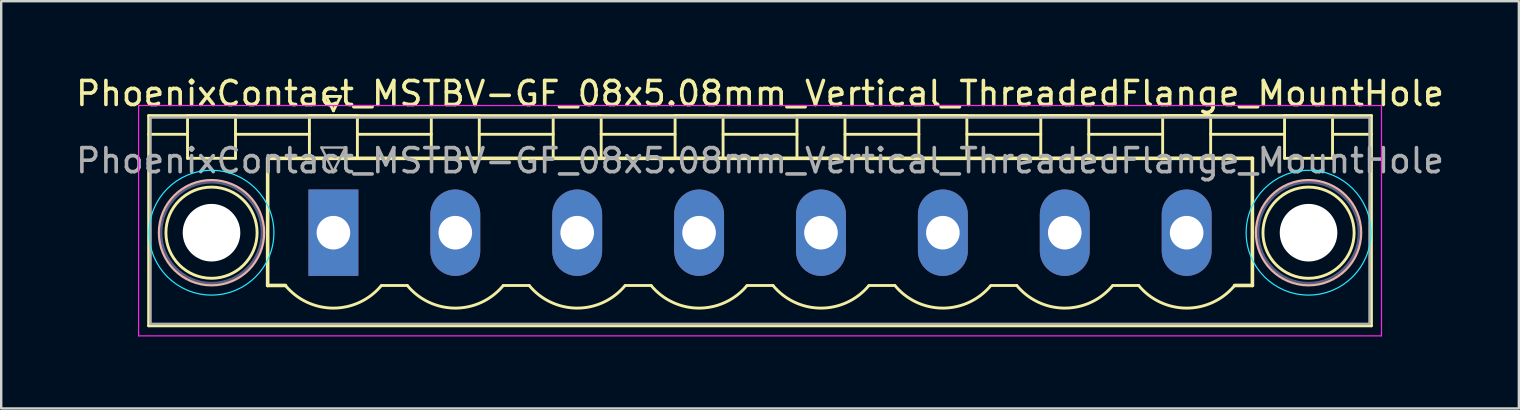
<source format=kicad_pcb>
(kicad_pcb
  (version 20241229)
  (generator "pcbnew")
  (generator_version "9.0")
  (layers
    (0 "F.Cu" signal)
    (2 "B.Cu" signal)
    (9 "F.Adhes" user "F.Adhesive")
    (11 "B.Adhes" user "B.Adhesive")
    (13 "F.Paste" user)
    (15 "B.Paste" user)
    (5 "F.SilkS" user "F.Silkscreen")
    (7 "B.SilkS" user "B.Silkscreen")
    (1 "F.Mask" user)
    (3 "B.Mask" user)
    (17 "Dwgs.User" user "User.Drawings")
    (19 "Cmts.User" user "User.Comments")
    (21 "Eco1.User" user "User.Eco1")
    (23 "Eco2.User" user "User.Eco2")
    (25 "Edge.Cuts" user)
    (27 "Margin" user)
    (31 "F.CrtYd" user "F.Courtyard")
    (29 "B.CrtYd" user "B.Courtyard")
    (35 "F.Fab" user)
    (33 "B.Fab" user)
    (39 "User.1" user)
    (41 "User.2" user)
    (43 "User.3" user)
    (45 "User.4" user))
  (footprint "PhoenixContact_MSTBV-GF_08x5.08mm_Vertical_ThreadedFlange_MountHole"
    (layer "F.Cu")
    (at 10.845 6.648)
    (property "Reference" "PhoenixContact_MSTBV-GF_08x5.08mm_Vertical_ThreadedFlange_MountHole" (at 17.78 -5.8 0) (layer "F.SilkS") (effects (font (size 1 1) (thickness 0.15))))
    (attr through_hole)
    (fp_line (start -7.7 -4.88) (end -7.7 3.88) (stroke (width 0.12) (type solid)) (layer "F.SilkS"))
    (fp_line (start -7.7 -4.1) (end -6.16 -4.1) (stroke (width 0.12) (type solid)) (layer "F.SilkS"))
    (fp_line (start -7.7 3.88) (end 43.26 3.88) (stroke (width 0.12) (type solid)) (layer "F.SilkS"))
    (fp_line (start -6.08 -4.88) (end -4.08 -4.88) (stroke (width 0.12) (type solid)) (layer "F.SilkS"))
    (fp_line (start -6.08 -3.1) (end -6.08 -4.88) (stroke (width 0.12) (type solid)) (layer "F.SilkS"))
    (fp_line (start -4.08 -4.88) (end -4.08 -3.1) (stroke (width 0.12) (type solid)) (layer "F.SilkS"))
    (fp_line (start -4.08 -4.1) (end -1 -4.1) (stroke (width 0.12) (type solid)) (layer "F.SilkS"))
    (fp_line (start -4.08 -3.1) (end -6.08 -3.1) (stroke (width 0.12) (type solid)) (layer "F.SilkS"))
    (fp_line (start -2.74 -3.1) (end 38.3 -3.1) (stroke (width 0.15) (type solid)) (layer "F.SilkS"))
    (fp_line (start -2.74 2.2) (end -2.74 -3.1) (stroke (width 0.15) (type solid)) (layer "F.SilkS"))
    (fp_line (start -2 2.2) (end -2.74 2.2) (stroke (width 0.15) (type solid)) (layer "F.SilkS"))
    (fp_line (start -1 -4.88) (end 1 -4.88) (stroke (width 0.12) (type solid)) (layer "F.SilkS"))
    (fp_line (start -1 -3.1) (end -1 -4.88) (stroke (width 0.12) (type solid)) (layer "F.SilkS"))
    (fp_line (start -0.3 -5.68) (end 0.3 -5.68) (stroke (width 0.12) (type solid)) (layer "F.SilkS"))
    (fp_line (start 0 -5.08) (end -0.3 -5.68) (stroke (width 0.12) (type solid)) (layer "F.SilkS"))
    (fp_line (start 0.3 -5.68) (end 0 -5.08) (stroke (width 0.12) (type solid)) (layer "F.SilkS"))
    (fp_line (start 1 -4.88) (end 1 -3.1) (stroke (width 0.12) (type solid)) (layer "F.SilkS"))
    (fp_line (start 1 -4.1) (end 4.08 -4.1) (stroke (width 0.12) (type solid)) (layer "F.SilkS"))
    (fp_line (start 1 -3.1) (end -1 -3.1) (stroke (width 0.12) (type solid)) (layer "F.SilkS"))
    (fp_line (start 2 2.2) (end 3.08 2.2) (stroke (width 0.12) (type solid)) (layer "F.SilkS"))
    (fp_line (start 4.08 -4.88) (end 6.08 -4.88) (stroke (width 0.12) (type solid)) (layer "F.SilkS"))
    (fp_line (start 4.08 -3.1) (end 4.08 -4.88) (stroke (width 0.12) (type solid)) (layer "F.SilkS"))
    (fp_line (start 6.08 -4.88) (end 6.08 -3.1) (stroke (width 0.12) (type solid)) (layer "F.SilkS"))
    (fp_line (start 6.08 -4.1) (end 9.16 -4.1) (stroke (width 0.12) (type solid)) (layer "F.SilkS"))
    (fp_line (start 6.08 -3.1) (end 4.08 -3.1) (stroke (width 0.12) (type solid)) (layer "F.SilkS"))
    (fp_line (start 7.08 2.2) (end 8.16 2.2) (stroke (width 0.12) (type solid)) (layer "F.SilkS"))
    (fp_line (start 9.16 -4.88) (end 11.16 -4.88) (stroke (width 0.12) (type solid)) (layer "F.SilkS"))
    (fp_line (start 9.16 -3.1) (end 9.16 -4.88) (stroke (width 0.12) (type solid)) (layer "F.SilkS"))
    (fp_line (start 11.16 -4.88) (end 11.16 -3.1) (stroke (width 0.12) (type solid)) (layer "F.SilkS"))
    (fp_line (start 11.16 -4.1) (end 14.24 -4.1) (stroke (width 0.12) (type solid)) (layer "F.SilkS"))
    (fp_line (start 11.16 -3.1) (end 9.16 -3.1) (stroke (width 0.12) (type solid)) (layer "F.SilkS"))
    (fp_line (start 12.16 2.2) (end 13.24 2.2) (stroke (width 0.12) (type solid)) (layer "F.SilkS"))
    (fp_line (start 14.24 -4.88) (end 16.24 -4.88) (stroke (width 0.12) (type solid)) (layer "F.SilkS"))
    (fp_line (start 14.24 -3.1) (end 14.24 -4.88) (stroke (width 0.12) (type solid)) (layer "F.SilkS"))
    (fp_line (start 16.24 -4.88) (end 16.24 -3.1) (stroke (width 0.12) (type solid)) (layer "F.SilkS"))
    (fp_line (start 16.24 -4.1) (end 19.32 -4.1) (stroke (width 0.12) (type solid)) (layer "F.SilkS"))
    (fp_line (start 16.24 -3.1) (end 14.24 -3.1) (stroke (width 0.12) (type solid)) (layer "F.SilkS"))
    (fp_line (start 17.24 2.2) (end 18.32 2.2) (stroke (width 0.12) (type solid)) (layer "F.SilkS"))
    (fp_line (start 19.32 -4.88) (end 21.32 -4.88) (stroke (width 0.12) (type solid)) (layer "F.SilkS"))
    (fp_line (start 19.32 -3.1) (end 19.32 -4.88) (stroke (width 0.12) (type solid)) (layer "F.SilkS"))
    (fp_line (start 21.32 -4.88) (end 21.32 -3.1) (stroke (width 0.12) (type solid)) (layer "F.SilkS"))
    (fp_line (start 21.32 -4.1) (end 24.4 -4.1) (stroke (width 0.12) (type solid)) (layer "F.SilkS"))
    (fp_line (start 21.32 -3.1) (end 19.32 -3.1) (stroke (width 0.12) (type solid)) (layer "F.SilkS"))
    (fp_line (start 22.32 2.2) (end 23.4 2.2) (stroke (width 0.12) (type solid)) (layer "F.SilkS"))
    (fp_line (start 24.4 -4.88) (end 26.4 -4.88) (stroke (width 0.12) (type solid)) (layer "F.SilkS"))
    (fp_line (start 24.4 -3.1) (end 24.4 -4.88) (stroke (width 0.12) (type solid)) (layer "F.SilkS"))
    (fp_line (start 26.4 -4.88) (end 26.4 -3.1) (stroke (width 0.12) (type solid)) (layer "F.SilkS"))
    (fp_line (start 26.4 -4.1) (end 29.48 -4.1) (stroke (width 0.12) (type solid)) (layer "F.SilkS"))
    (fp_line (start 26.4 -3.1) (end 24.4 -3.1) (stroke (width 0.12) (type solid)) (layer "F.SilkS"))
    (fp_line (start 27.4 2.2) (end 28.48 2.2) (stroke (width 0.12) (type solid)) (layer "F.SilkS"))
    (fp_line (start 29.48 -4.88) (end 31.48 -4.88) (stroke (width 0.12) (type solid)) (layer "F.SilkS"))
    (fp_line (start 29.48 -3.1) (end 29.48 -4.88) (stroke (width 0.12) (type solid)) (layer "F.SilkS"))
    (fp_line (start 31.48 -4.88) (end 31.48 -3.1) (stroke (width 0.12) (type solid)) (layer "F.SilkS"))
    (fp_line (start 31.48 -4.1) (end 34.56 -4.1) (stroke (width 0.12) (type solid)) (layer "F.SilkS"))
    (fp_line (start 31.48 -3.1) (end 29.48 -3.1) (stroke (width 0.12) (type solid)) (layer "F.SilkS"))
    (fp_line (start 32.48 2.2) (end 33.56 2.2) (stroke (width 0.12) (type solid)) (layer "F.SilkS"))
    (fp_line (start 34.56 -4.88) (end 36.56 -4.88) (stroke (width 0.12) (type solid)) (layer "F.SilkS"))
    (fp_line (start 34.56 -3.1) (end 34.56 -4.88) (stroke (width 0.12) (type solid)) (layer "F.SilkS"))
    (fp_line (start 36.56 -4.88) (end 36.56 -3.1) (stroke (width 0.12) (type solid)) (layer "F.SilkS"))
    (fp_line (start 36.56 -4.1) (end 39.64 -4.1) (stroke (width 0.12) (type solid)) (layer "F.SilkS"))
    (fp_line (start 36.56 -3.1) (end 34.56 -3.1) (stroke (width 0.12) (type solid)) (layer "F.SilkS"))
    (fp_line (start 38.3 -3.1) (end 38.3 2.2) (stroke (width 0.15) (type solid)) (layer "F.SilkS"))
    (fp_line (start 38.3 2.2) (end 37.56 2.2) (stroke (width 0.15) (type solid)) (layer "F.SilkS"))
    (fp_line (start 39.64 -4.88) (end 41.64 -4.88) (stroke (width 0.12) (type solid)) (layer "F.SilkS"))
    (fp_line (start 39.64 -3.1) (end 39.64 -4.88) (stroke (width 0.12) (type solid)) (layer "F.SilkS"))
    (fp_line (start 41.64 -4.88) (end 41.64 -3.1) (stroke (width 0.12) (type solid)) (layer "F.SilkS"))
    (fp_line (start 41.64 -3.1) (end 39.64 -3.1) (stroke (width 0.12) (type solid)) (layer "F.SilkS"))
    (fp_line (start 43.26 -4.88) (end -7.7 -4.88) (stroke (width 0.12) (type solid)) (layer "F.SilkS"))
    (fp_line (start 43.26 -4.1) (end 41.72 -4.1) (stroke (width 0.12) (type solid)) (layer "F.SilkS"))
    (fp_line (start 43.26 3.88) (end 43.26 -4.88) (stroke (width 0.12) (type solid)) (layer "F.SilkS"))
    (fp_arc (start 1.986842 2.215821) (mid -0.010289 3.142758) (end -2 2.2) (stroke (width 0.12) (type solid)) (layer "F.SilkS"))
    (fp_arc (start 7.066842 2.215821) (mid 5.069711 3.142758) (end 3.08 2.2) (stroke (width 0.12) (type solid)) (layer "F.SilkS"))
    (fp_arc (start 12.146842 2.215821) (mid 10.149711 3.142758) (end 8.16 2.2) (stroke (width 0.12) (type solid)) (layer "F.SilkS"))
    (fp_arc (start 17.226842 2.215821) (mid 15.229711 3.142758) (end 13.24 2.2) (stroke (width 0.12) (type solid)) (layer "F.SilkS"))
    (fp_arc (start 22.306842 2.215821) (mid 20.309711 3.142758) (end 18.32 2.2) (stroke (width 0.12) (type solid)) (layer "F.SilkS"))
    (fp_arc (start 27.386842 2.215821) (mid 25.389711 3.142758) (end 23.4 2.2) (stroke (width 0.12) (type solid)) (layer "F.SilkS"))
    (fp_arc (start 32.466842 2.215821) (mid 30.469711 3.142758) (end 28.48 2.2) (stroke (width 0.12) (type solid)) (layer "F.SilkS"))
    (fp_arc (start 37.546842 2.215821) (mid 35.549711 3.142758) (end 33.56 2.2) (stroke (width 0.12) (type solid)) (layer "F.SilkS"))
    (fp_circle (center -5.08 0) (end -3.18 0) (stroke (width 0.12) (type solid)) (fill no) (layer "F.SilkS"))
    (fp_circle (center 40.64 0) (end 42.54 0) (stroke (width 0.12) (type solid)) (fill no) (layer "F.SilkS"))
    (fp_circle (center -5.08 0) (end -2.9 0) (stroke (width 0.12) (type solid)) (fill no) (layer "B.SilkS"))
    (fp_circle (center 40.64 0) (end 42.82 0) (stroke (width 0.12) (type solid)) (fill no) (layer "B.SilkS"))
    (fp_circle (center -5.08 0) (end -2.48 0) (stroke (width 0.05) (type solid)) (fill no) (layer "B.CrtYd"))
    (fp_circle (center 40.64 0) (end 43.24 0) (stroke (width 0.05) (type solid)) (fill no) (layer "B.CrtYd"))
    (fp_line (start -8.12 -5.3) (end -8.12 4.3) (stroke (width 0.05) (type solid)) (layer "F.CrtYd"))
    (fp_line (start -8.12 4.3) (end 43.68 4.3) (stroke (width 0.05) (type solid)) (layer "F.CrtYd"))
    (fp_line (start 43.68 -5.3) (end -8.12 -5.3) (stroke (width 0.05) (type solid)) (layer "F.CrtYd"))
    (fp_line (start 43.68 4.3) (end 43.68 -5.3) (stroke (width 0.05) (type solid)) (layer "F.CrtYd"))
    (fp_circle (center -5.08 0) (end -2.98 0) (stroke (width 0.1) (type solid)) (fill no) (layer "B.Fab"))
    (fp_circle (center 40.64 0) (end 42.74 0) (stroke (width 0.1) (type solid)) (fill no) (layer "B.Fab"))
    (fp_line (start -7.62 -4.8) (end -7.62 3.8) (stroke (width 0.1) (type solid)) (layer "F.Fab"))
    (fp_line (start -7.62 3.8) (end 43.18 3.8) (stroke (width 0.1) (type solid)) (layer "F.Fab"))
    (fp_line (start -0.5 -3.55) (end 0.5 -3.55) (stroke (width 0.1) (type solid)) (layer "F.Fab"))
    (fp_line (start 0 -2.55) (end -0.5 -3.55) (stroke (width 0.1) (type solid)) (layer "F.Fab"))
    (fp_line (start 0.5 -3.55) (end 0 -2.55) (stroke (width 0.1) (type solid)) (layer "F.Fab"))
    (fp_line (start 43.18 -4.8) (end -7.62 -4.8) (stroke (width 0.1) (type solid)) (layer "F.Fab"))
    (fp_line (start 43.18 3.8) (end 43.18 -4.8) (stroke (width 0.1) (type solid)) (layer "F.Fab"))
    (fp_text user "${REFERENCE}" (at 17.78 -3 0) (layer "F.Fab") (effects (font (size 1 1) (thickness 0.15))))
    (pad "" np_thru_hole circle (at -5.08 0) (size 2.4 2.4) (drill 2.4) (layers "*.Cu" "*.Mask"))
    (pad "" np_thru_hole circle (at 40.64 0) (size 2.4 2.4) (drill 2.4) (layers "*.Cu" "*.Mask"))
    (pad "1" thru_hole rect (at 0 0) (size 2.08 3.6) (drill 1.4) (layers "*.Cu" "*.Mask"))
    (pad "2" thru_hole oval (at 5.08 0) (size 2.08 3.6) (drill 1.4) (layers "*.Cu" "*.Mask"))
    (pad "3" thru_hole oval (at 10.16 0) (size 2.08 3.6) (drill 1.4) (layers "*.Cu" "*.Mask"))
    (pad "4" thru_hole oval (at 15.24 0) (size 2.08 3.6) (drill 1.4) (layers "*.Cu" "*.Mask"))
    (pad "5" thru_hole oval (at 20.32 0) (size 2.08 3.6) (drill 1.4) (layers "*.Cu" "*.Mask"))
    (pad "6" thru_hole oval (at 25.4 0) (size 2.08 3.6) (drill 1.4) (layers "*.Cu" "*.Mask"))
    (pad "7" thru_hole oval (at 30.48 0) (size 2.08 3.6) (drill 1.4) (layers "*.Cu" "*.Mask"))
    (pad "8" thru_hole oval (at 35.56 0) (size 2.08 3.6) (drill 1.4) (layers "*.Cu" "*.Mask")))
  (gr_rect
    (start -3 -3)
    (end 60.25 13.973)
    (stroke (width 0.1) (type default))
    (fill no)
    (layer "Edge.Cuts")))
</source>
